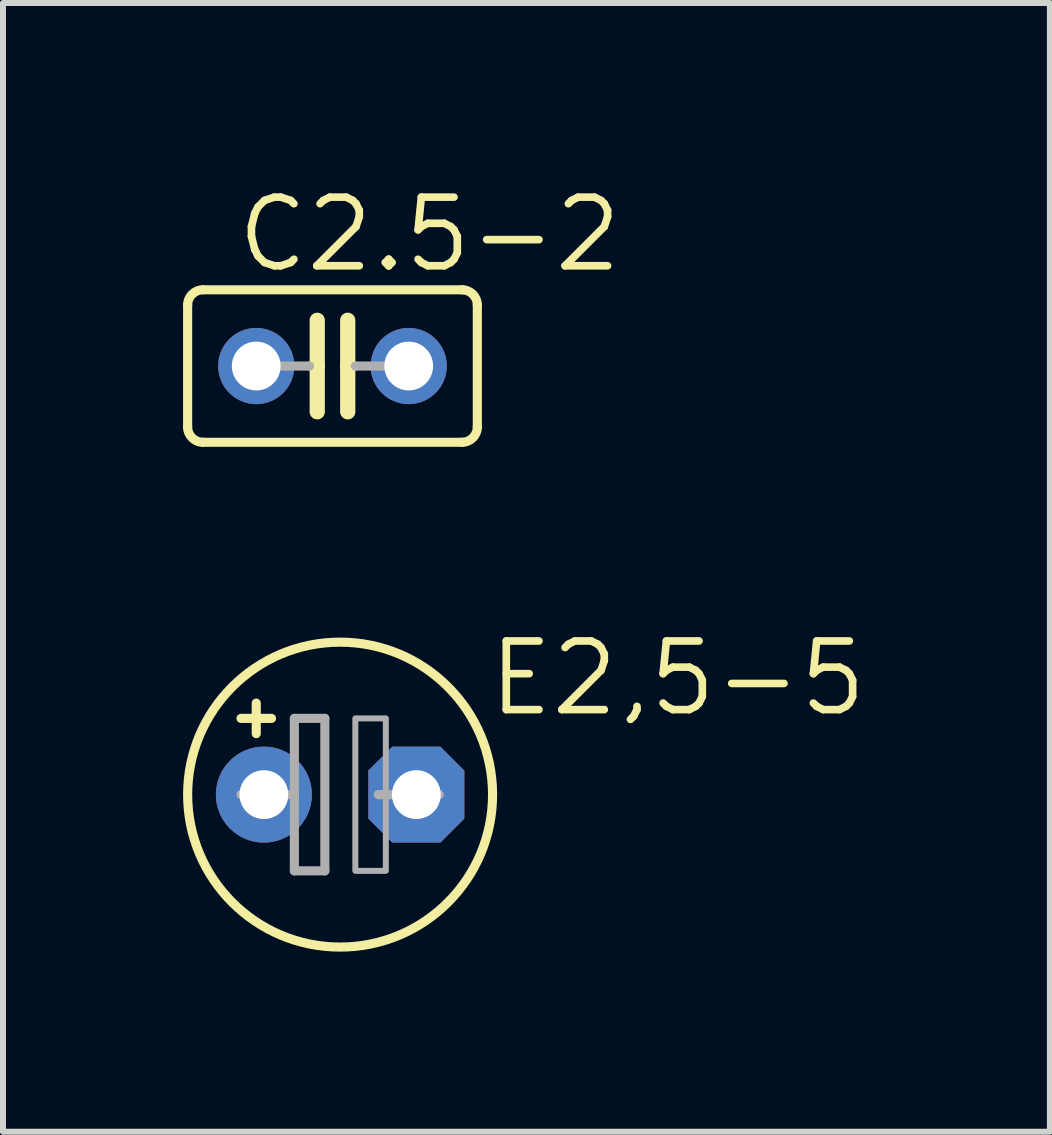
<source format=kicad_pcb>
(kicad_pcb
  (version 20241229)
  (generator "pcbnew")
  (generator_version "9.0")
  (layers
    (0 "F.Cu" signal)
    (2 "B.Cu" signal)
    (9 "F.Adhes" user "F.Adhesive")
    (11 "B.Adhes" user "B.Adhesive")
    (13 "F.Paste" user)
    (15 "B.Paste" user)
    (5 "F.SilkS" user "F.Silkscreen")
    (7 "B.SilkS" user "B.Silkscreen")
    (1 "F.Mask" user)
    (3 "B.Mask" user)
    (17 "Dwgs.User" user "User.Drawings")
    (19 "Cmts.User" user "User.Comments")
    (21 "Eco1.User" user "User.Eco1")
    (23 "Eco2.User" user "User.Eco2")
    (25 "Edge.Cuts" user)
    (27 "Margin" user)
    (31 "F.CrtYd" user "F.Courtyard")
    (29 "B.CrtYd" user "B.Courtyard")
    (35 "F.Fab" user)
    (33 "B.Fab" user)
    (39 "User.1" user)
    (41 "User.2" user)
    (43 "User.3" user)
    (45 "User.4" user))
  (footprint "C2.5-2"
    (layer "F.Cu")
    (at 2.489 3.048)
    (property "Reference" "C2.5-2" (at -1.651 -1.524 0) (layer "F.SilkS") (effects (font (size 1.143 1.143) (thickness 0.127)) (justify left bottom)))
    (fp_line (start -2.413 -1.016) (end -2.413 1.016) (stroke (width 0.152) (type solid)) (layer "F.SilkS"))
    (fp_line (start -2.159 -1.27) (end 2.159 -1.27) (stroke (width 0.152) (type solid)) (layer "F.SilkS"))
    (fp_line (start -0.254 -0.762) (end -0.254 0) (stroke (width 0.254) (type solid)) (layer "F.SilkS"))
    (fp_line (start -0.254 0) (end -0.381 0) (stroke (width 0.152) (type solid)) (layer "F.SilkS"))
    (fp_line (start -0.254 0) (end -0.254 0.762) (stroke (width 0.254) (type solid)) (layer "F.SilkS"))
    (fp_line (start 0.254 0) (end 0.254 -0.762) (stroke (width 0.254) (type solid)) (layer "F.SilkS"))
    (fp_line (start 0.254 0) (end 0.254 0.762) (stroke (width 0.254) (type solid)) (layer "F.SilkS"))
    (fp_line (start 0.381 0) (end 0.254 0) (stroke (width 0.152) (type solid)) (layer "F.SilkS"))
    (fp_line (start 2.159 1.27) (end -2.159 1.27) (stroke (width 0.152) (type solid)) (layer "F.SilkS"))
    (fp_line (start 2.413 -1.016) (end 2.413 1.016) (stroke (width 0.152) (type solid)) (layer "F.SilkS"))
    (fp_arc (start -2.413 -1.016) (mid -2.338605 -1.195605) (end -2.159 -1.27) (stroke (width 0.1524) (type solid)) (layer "F.SilkS"))
    (fp_arc (start -2.159 1.27) (mid -2.338605 1.195605) (end -2.413 1.016) (stroke (width 0.1524) (type solid)) (layer "F.SilkS"))
    (fp_arc (start 2.159 -1.27) (mid 2.338605 -1.195605) (end 2.413 -1.016) (stroke (width 0.1524) (type solid)) (layer "F.SilkS"))
    (fp_arc (start 2.413 1.016) (mid 2.338605 1.195605) (end 2.159 1.27) (stroke (width 0.1524) (type solid)) (layer "F.SilkS"))
    (fp_line (start -0.381 0) (end -1.27 0) (stroke (width 0.152) (type solid)) (layer "F.Fab"))
    (fp_line (start 1.27 0) (end 0.381 0) (stroke (width 0.152) (type solid)) (layer "F.Fab"))
    (pad "1" thru_hole circle (at -1.27 0) (size 1.27 1.27) (drill 0.813) (layers "*.Cu" "*.Mask"))
    (pad "2" thru_hole circle (at 1.27 0) (size 1.27 1.27) (drill 0.813) (layers "*.Cu" "*.Mask")))
  (footprint "E2,5-5"
    (layer "F.Cu")
    (at 2.616 10.188)
    (property "Reference" "E2,5-5" (at 2.413 -1.27 0) (layer "F.SilkS") (effects (font (size 1.143 1.143) (thickness 0.127)) (justify left bottom)))
    (fp_line (start -1.651 -1.27) (end -1.397 -1.27) (stroke (width 0.152) (type solid)) (layer "F.SilkS"))
    (fp_line (start -1.397 -1.27) (end -1.397 -1.524) (stroke (width 0.152) (type solid)) (layer "F.SilkS"))
    (fp_line (start -1.397 -1.27) (end -1.143 -1.27) (stroke (width 0.152) (type solid)) (layer "F.SilkS"))
    (fp_line (start -1.397 -1.016) (end -1.397 -1.27) (stroke (width 0.152) (type solid)) (layer "F.SilkS"))
    (fp_circle (center 0 0) (end 2.54 0) (stroke (width 0.152) (type solid)) (fill no) (layer "F.SilkS"))
    (fp_line (start -1.651 0) (end -0.762 0) (stroke (width 0.152) (type solid)) (layer "F.Fab"))
    (fp_line (start -0.762 -1.27) (end -0.762 0) (stroke (width 0.152) (type solid)) (layer "F.Fab"))
    (fp_line (start -0.762 0) (end -0.762 1.27) (stroke (width 0.152) (type solid)) (layer "F.Fab"))
    (fp_line (start -0.762 1.27) (end -0.254 1.27) (stroke (width 0.152) (type solid)) (layer "F.Fab"))
    (fp_line (start -0.254 -1.27) (end -0.762 -1.27) (stroke (width 0.152) (type solid)) (layer "F.Fab"))
    (fp_line (start -0.254 1.27) (end -0.254 -1.27) (stroke (width 0.152) (type solid)) (layer "F.Fab"))
    (fp_line (start 0.635 0) (end 1.651 0) (stroke (width 0.152) (type solid)) (layer "F.Fab"))
    (fp_poly (pts (xy 0.254 1.27) (xy 0.762 1.27) (xy 0.762 -1.27) (xy 0.254 -1.27)) (stroke (width 0.1) (type solid)) (fill no) (layer "F.Fab"))
    (pad "+" thru_hole circle (at -1.27 0) (size 1.6 1.6) (drill 0.813) (layers "*.Cu" "*.Mask"))
    (pad "-" thru_hole roundrect (at 1.27 0) (size 1.6 1.6) (drill 0.813) (layers "*.Cu" "*.Mask") (roundrect_rratio 0.25) (chamfer_ratio 0.25) (chamfer top_left top_right bottom_left bottom_right)))
  (gr_rect
    (start -3 -3)
    (end 14.441 15.804)
    (stroke (width 0.1) (type default))
    (fill no)
    (layer "Edge.Cuts")))
</source>
